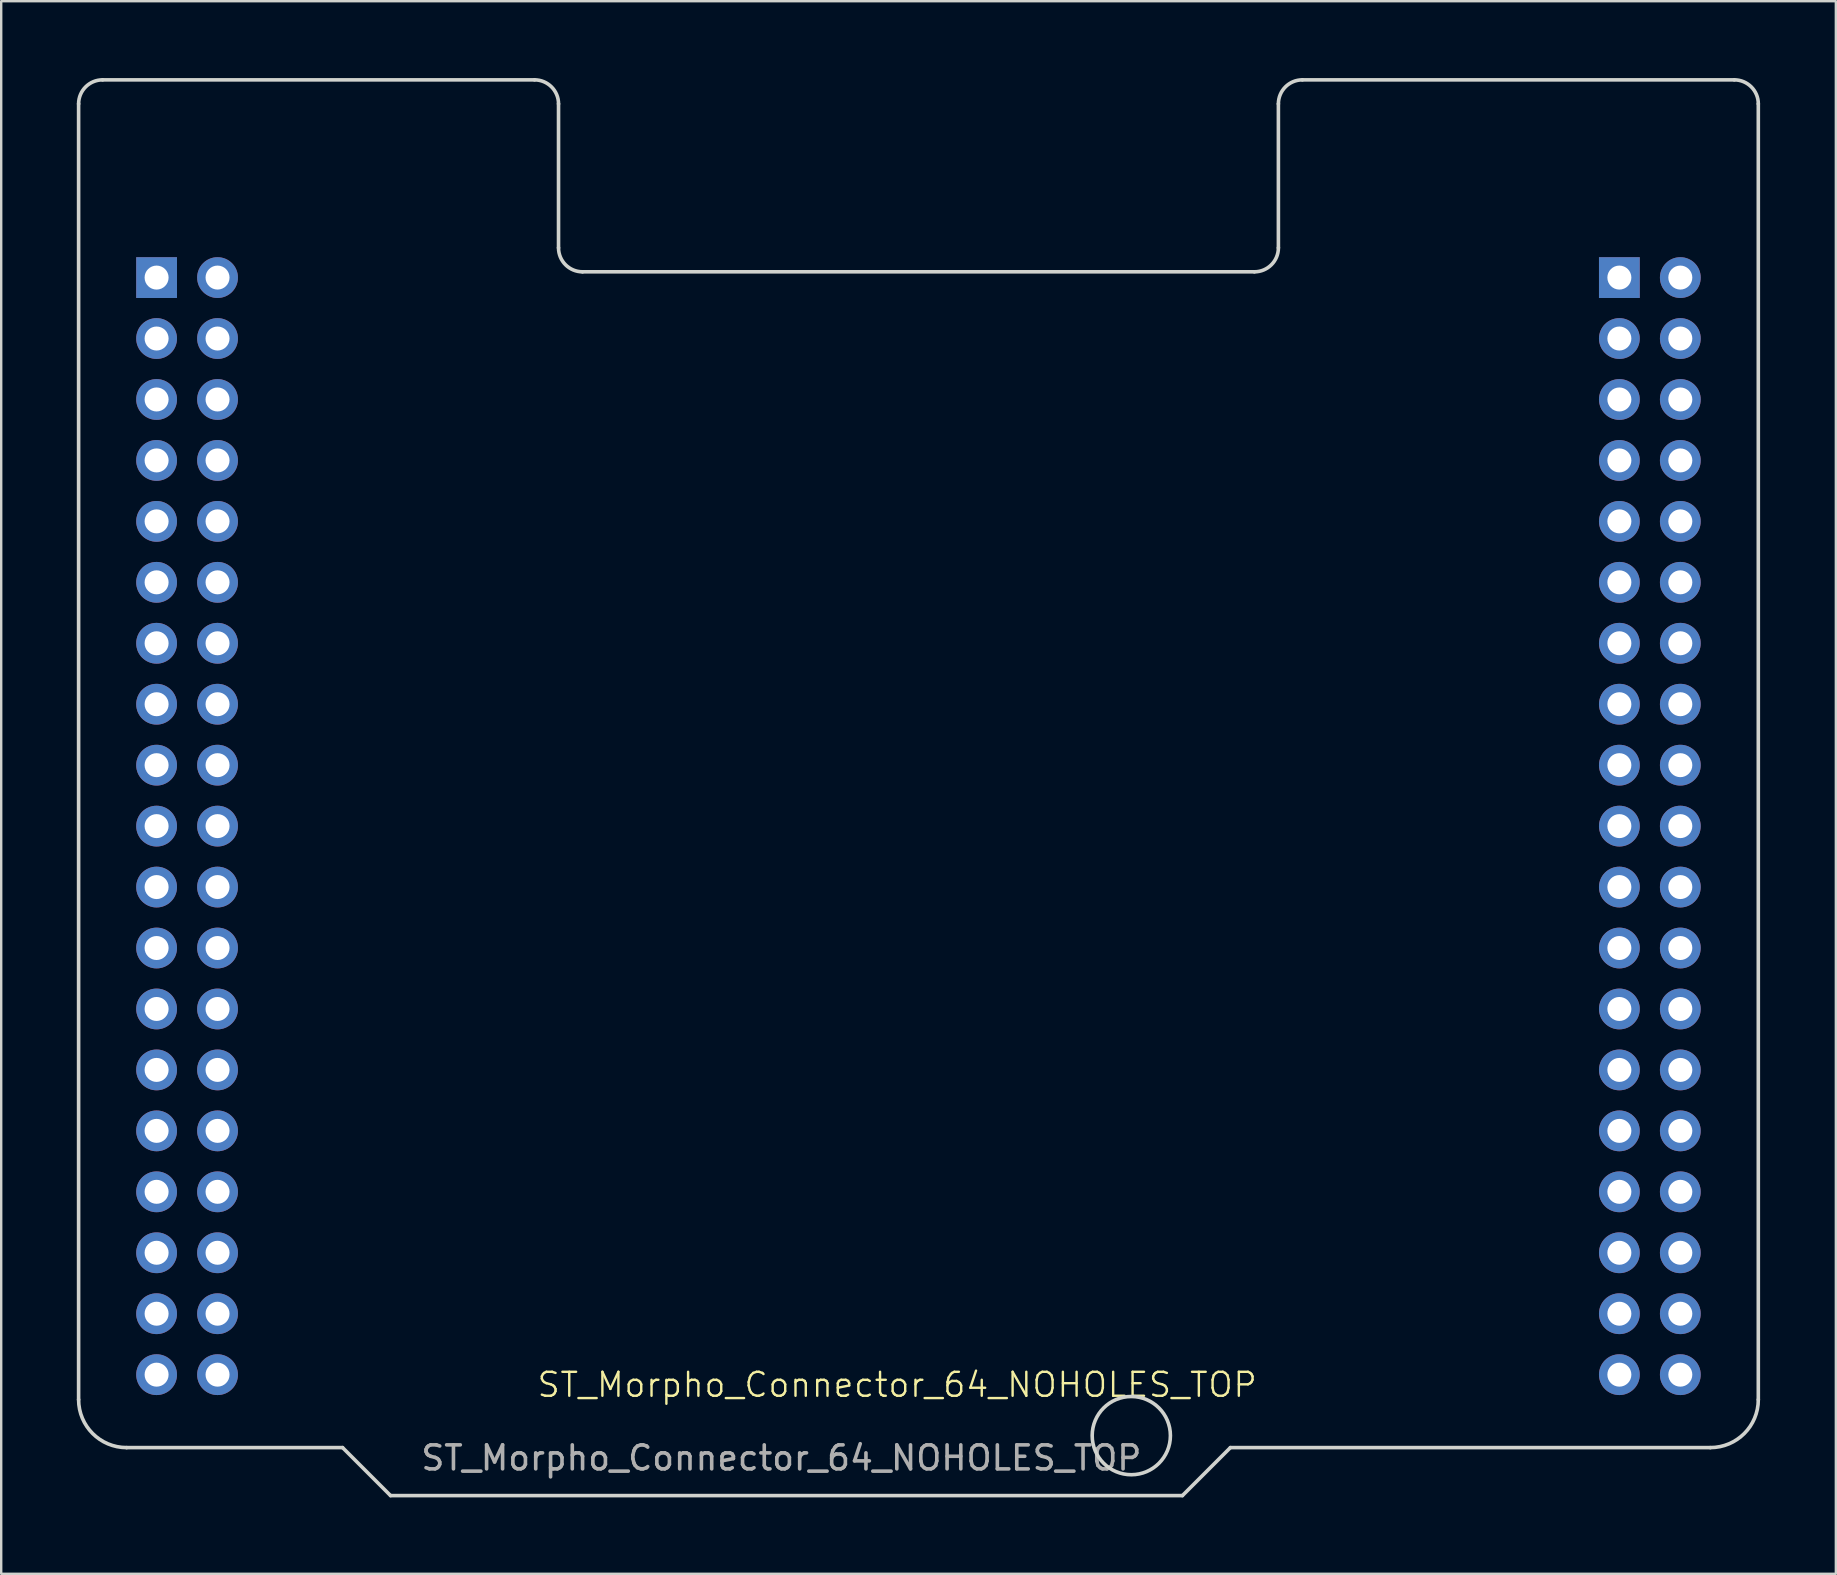
<source format=kicad_pcb>
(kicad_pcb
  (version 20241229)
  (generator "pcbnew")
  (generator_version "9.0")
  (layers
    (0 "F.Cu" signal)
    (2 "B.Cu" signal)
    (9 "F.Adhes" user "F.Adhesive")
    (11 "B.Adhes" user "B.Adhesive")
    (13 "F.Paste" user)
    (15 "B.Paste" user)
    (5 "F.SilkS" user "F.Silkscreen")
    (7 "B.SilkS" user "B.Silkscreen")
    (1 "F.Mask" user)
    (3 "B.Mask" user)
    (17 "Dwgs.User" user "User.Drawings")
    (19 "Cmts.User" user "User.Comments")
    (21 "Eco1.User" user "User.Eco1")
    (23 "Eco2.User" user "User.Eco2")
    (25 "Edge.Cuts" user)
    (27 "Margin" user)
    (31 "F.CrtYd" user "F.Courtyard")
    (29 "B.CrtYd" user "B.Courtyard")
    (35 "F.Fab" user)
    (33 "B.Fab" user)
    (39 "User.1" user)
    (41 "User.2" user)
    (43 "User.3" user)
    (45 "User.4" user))
  (footprint "ST_Morpho_Connector_64_NOHOLES_TOP"
    (layer "F.Cu")
    (at 33.832 33.832)
    (property "Reference" "ST_Morpho_Connector_64_NOHOLES_TOP" (at 0.508 20.828 0) (unlocked yes) (layer "F.SilkS") (effects (font (size 1 1) (thickness 0.1))))
    (attr through_hole)
    (fp_line (start -33.606 -32.554) (end -33.606 21.446) (stroke (width 0.15) (type solid)) (layer "Edge.Cuts"))
    (fp_line (start -22.606 23.446) (end -31.606 23.446) (stroke (width 0.15) (type solid)) (layer "Edge.Cuts"))
    (fp_line (start -20.606 25.446) (end -22.606 23.446) (stroke (width 0.15) (type solid)) (layer "Edge.Cuts"))
    (fp_line (start -14.606 -33.554) (end -32.606 -33.554) (stroke (width 0.15) (type solid)) (layer "Edge.Cuts"))
    (fp_line (start -13.606 -26.554) (end -13.606 -32.554) (stroke (width 0.15) (type solid)) (layer "Edge.Cuts"))
    (fp_line (start -12.606 -25.554) (end 15.394 -25.554) (stroke (width 0.15) (type solid)) (layer "Edge.Cuts"))
    (fp_line (start 12.394 25.446) (end -20.606 25.446) (stroke (width 0.15) (type solid)) (layer "Edge.Cuts"))
    (fp_line (start 14.394 23.446) (end 12.394 25.446) (stroke (width 0.15) (type solid)) (layer "Edge.Cuts"))
    (fp_line (start 16.394 -26.554) (end 16.394 -32.554) (stroke (width 0.15) (type solid)) (layer "Edge.Cuts"))
    (fp_line (start 17.394 -33.554) (end 35.394 -33.554) (stroke (width 0.15) (type solid)) (layer "Edge.Cuts"))
    (fp_line (start 34.394 23.446) (end 14.394 23.446) (stroke (width 0.15) (type solid)) (layer "Edge.Cuts"))
    (fp_line (start 36.394 -32.554) (end 36.394 21.446) (stroke (width 0.15) (type solid)) (layer "Edge.Cuts"))
    (fp_arc (start -33.605786 -32.554214) (mid -33.312887 -33.261307) (end -32.605786 -33.554214) (stroke (width 0.15) (type solid)) (layer "Edge.Cuts"))
    (fp_arc (start -31.605786 23.445786) (mid -33.020004 22.860004) (end -33.605786 21.445786) (stroke (width 0.15) (type solid)) (layer "Edge.Cuts"))
    (fp_arc (start -14.605786 -33.554214) (mid -13.898683 -33.261317) (end -13.605786 -32.554214) (stroke (width 0.15) (type solid)) (layer "Edge.Cuts"))
    (fp_arc (start -12.605786 -25.554214) (mid -13.312897 -25.847103) (end -13.605786 -26.554214) (stroke (width 0.15) (type solid)) (layer "Edge.Cuts"))
    (fp_arc (start 16.394214 -32.554214) (mid 16.687107 -33.261321) (end 17.394214 -33.554214) (stroke (width 0.15) (type solid)) (layer "Edge.Cuts"))
    (fp_arc (start 16.394214 -26.554214) (mid 16.101321 -25.847107) (end 15.394214 -25.554214) (stroke (width 0.15) (type solid)) (layer "Edge.Cuts"))
    (fp_arc (start 35.394214 -33.554214) (mid 36.101321 -33.261321) (end 36.394214 -32.554214) (stroke (width 0.15) (type solid)) (layer "Edge.Cuts"))
    (fp_arc (start 36.394214 21.445786) (mid 35.808428 22.86) (end 34.394214 23.445786) (stroke (width 0.15) (type solid)) (layer "Edge.Cuts"))
    (fp_circle (center 10.264 22.946) (end 11.894 22.946) (stroke (width 0.15) (type solid)) (fill no) (layer "Edge.Cuts"))
    (fp_rect (start -33.782 -33.782) (end 36.576 25.654) (stroke (width 0.1) (type default)) (fill no) (layer "Margin"))
    (fp_text user "${REFERENCE}" (at -4.318 23.876 0) (unlocked yes) (layer "F.Fab") (effects (font (size 1 1) (thickness 0.15))))
    (pad "1" thru_hole rect (at -30.356 -25.314) (size 1.7 1.7) (drill 1) (layers "*.Cu" "*.Mask"))
    (pad "2" thru_hole oval (at -27.816 -25.314) (size 1.7 1.7) (drill 1) (layers "*.Cu" "*.Mask"))
    (pad "3" thru_hole oval (at -30.356 -22.774) (size 1.7 1.7) (drill 1) (layers "*.Cu" "*.Mask"))
    (pad "4" thru_hole oval (at -27.816 -22.774) (size 1.7 1.7) (drill 1) (layers "*.Cu" "*.Mask"))
    (pad "5" thru_hole oval (at -30.356 -20.234) (size 1.7 1.7) (drill 1) (layers "*.Cu" "*.Mask"))
    (pad "6" thru_hole oval (at -27.816 -20.234) (size 1.7 1.7) (drill 1) (layers "*.Cu" "*.Mask"))
    (pad "7" thru_hole oval (at -30.356 -17.694) (size 1.7 1.7) (drill 1) (layers "*.Cu" "*.Mask"))
    (pad "8" thru_hole oval (at -27.816 -17.694) (size 1.7 1.7) (drill 1) (layers "*.Cu" "*.Mask"))
    (pad "9" thru_hole oval (at -30.356 -15.154) (size 1.7 1.7) (drill 1) (layers "*.Cu" "*.Mask"))
    (pad "10" thru_hole oval (at -27.816 -15.154) (size 1.7 1.7) (drill 1) (layers "*.Cu" "*.Mask"))
    (pad "11" thru_hole oval (at -30.356 -12.614) (size 1.7 1.7) (drill 1) (layers "*.Cu" "*.Mask"))
    (pad "12" thru_hole oval (at -27.816 -12.614) (size 1.7 1.7) (drill 1) (layers "*.Cu" "*.Mask"))
    (pad "13" thru_hole oval (at -30.356 -10.074) (size 1.7 1.7) (drill 1) (layers "*.Cu" "*.Mask"))
    (pad "14" thru_hole oval (at -27.816 -10.074) (size 1.7 1.7) (drill 1) (layers "*.Cu" "*.Mask"))
    (pad "15" thru_hole oval (at -30.356 -7.534) (size 1.7 1.7) (drill 1) (layers "*.Cu" "*.Mask"))
    (pad "16" thru_hole oval (at -27.816 -7.534) (size 1.7 1.7) (drill 1) (layers "*.Cu" "*.Mask"))
    (pad "17" thru_hole oval (at -30.356 -4.994) (size 1.7 1.7) (drill 1) (layers "*.Cu" "*.Mask"))
    (pad "18" thru_hole oval (at -27.816 -4.994) (size 1.7 1.7) (drill 1) (layers "*.Cu" "*.Mask"))
    (pad "19" thru_hole oval (at -30.356 -2.454) (size 1.7 1.7) (drill 1) (layers "*.Cu" "*.Mask"))
    (pad "20" thru_hole oval (at -27.816 -2.454) (size 1.7 1.7) (drill 1) (layers "*.Cu" "*.Mask"))
    (pad "21" thru_hole oval (at -30.356 0.086) (size 1.7 1.7) (drill 1) (layers "*.Cu" "*.Mask"))
    (pad "22" thru_hole oval (at -27.816 0.086) (size 1.7 1.7) (drill 1) (layers "*.Cu" "*.Mask"))
    (pad "23" thru_hole oval (at -30.356 2.626) (size 1.7 1.7) (drill 1) (layers "*.Cu" "*.Mask"))
    (pad "24" thru_hole oval (at -27.816 2.626) (size 1.7 1.7) (drill 1) (layers "*.Cu" "*.Mask"))
    (pad "25" thru_hole oval (at -30.356 5.166) (size 1.7 1.7) (drill 1) (layers "*.Cu" "*.Mask"))
    (pad "26" thru_hole oval (at -27.816 5.166) (size 1.7 1.7) (drill 1) (layers "*.Cu" "*.Mask"))
    (pad "27" thru_hole oval (at -30.356 7.706) (size 1.7 1.7) (drill 1) (layers "*.Cu" "*.Mask"))
    (pad "28" thru_hole oval (at -27.816 7.706) (size 1.7 1.7) (drill 1) (layers "*.Cu" "*.Mask"))
    (pad "29" thru_hole oval (at -30.356 10.246) (size 1.7 1.7) (drill 1) (layers "*.Cu" "*.Mask"))
    (pad "30" thru_hole oval (at -27.816 10.246) (size 1.7 1.7) (drill 1) (layers "*.Cu" "*.Mask"))
    (pad "31" thru_hole oval (at -30.356 12.786) (size 1.7 1.7) (drill 1) (layers "*.Cu" "*.Mask"))
    (pad "32" thru_hole oval (at -27.816 12.786) (size 1.7 1.7) (drill 1) (layers "*.Cu" "*.Mask"))
    (pad "33" thru_hole oval (at -30.356 15.326) (size 1.7 1.7) (drill 1) (layers "*.Cu" "*.Mask"))
    (pad "34" thru_hole oval (at -27.816 15.326) (size 1.7 1.7) (drill 1) (layers "*.Cu" "*.Mask"))
    (pad "35" thru_hole oval (at -30.356 17.866) (size 1.7 1.7) (drill 1) (layers "*.Cu" "*.Mask"))
    (pad "36" thru_hole oval (at -27.816 17.866) (size 1.7 1.7) (drill 1) (layers "*.Cu" "*.Mask"))
    (pad "37" thru_hole oval (at -30.356 20.406) (size 1.7 1.7) (drill 1) (layers "*.Cu" "*.Mask"))
    (pad "38" thru_hole oval (at -27.816 20.406) (size 1.7 1.7) (drill 1) (layers "*.Cu" "*.Mask"))
    (pad "39" thru_hole rect (at 30.604 -25.314) (size 1.7 1.7) (drill 1) (layers "*.Cu" "*.Mask"))
    (pad "40" thru_hole oval (at 33.144 -25.314) (size 1.7 1.7) (drill 1) (layers "*.Cu" "*.Mask"))
    (pad "41" thru_hole oval (at 30.604 -22.774) (size 1.7 1.7) (drill 1) (layers "*.Cu" "*.Mask"))
    (pad "42" thru_hole oval (at 33.144 -22.774) (size 1.7 1.7) (drill 1) (layers "*.Cu" "*.Mask"))
    (pad "43" thru_hole oval (at 30.604 -20.234) (size 1.7 1.7) (drill 1) (layers "*.Cu" "*.Mask"))
    (pad "44" thru_hole oval (at 33.144 -20.234) (size 1.7 1.7) (drill 1) (layers "*.Cu" "*.Mask"))
    (pad "45" thru_hole oval (at 30.604 -17.694) (size 1.7 1.7) (drill 1) (layers "*.Cu" "*.Mask"))
    (pad "46" thru_hole oval (at 33.144 -17.694) (size 1.7 1.7) (drill 1) (layers "*.Cu" "*.Mask"))
    (pad "47" thru_hole oval (at 30.604 -15.154) (size 1.7 1.7) (drill 1) (layers "*.Cu" "*.Mask"))
    (pad "48" thru_hole oval (at 33.144 -15.154) (size 1.7 1.7) (drill 1) (layers "*.Cu" "*.Mask"))
    (pad "49" thru_hole oval (at 30.604 -12.614) (size 1.7 1.7) (drill 1) (layers "*.Cu" "*.Mask"))
    (pad "50" thru_hole oval (at 33.144 -12.614) (size 1.7 1.7) (drill 1) (layers "*.Cu" "*.Mask"))
    (pad "51" thru_hole oval (at 30.604 -10.074) (size 1.7 1.7) (drill 1) (layers "*.Cu" "*.Mask"))
    (pad "52" thru_hole oval (at 33.144 -10.074) (size 1.7 1.7) (drill 1) (layers "*.Cu" "*.Mask"))
    (pad "53" thru_hole oval (at 30.604 -7.534) (size 1.7 1.7) (drill 1) (layers "*.Cu" "*.Mask"))
    (pad "54" thru_hole oval (at 33.144 -7.534) (size 1.7 1.7) (drill 1) (layers "*.Cu" "*.Mask"))
    (pad "55" thru_hole oval (at 30.604 -4.994) (size 1.7 1.7) (drill 1) (layers "*.Cu" "*.Mask"))
    (pad "56" thru_hole oval (at 33.144 -4.994) (size 1.7 1.7) (drill 1) (layers "*.Cu" "*.Mask"))
    (pad "57" thru_hole oval (at 30.604 -2.454) (size 1.7 1.7) (drill 1) (layers "*.Cu" "*.Mask"))
    (pad "58" thru_hole oval (at 33.144 -2.454) (size 1.7 1.7) (drill 1) (layers "*.Cu" "*.Mask"))
    (pad "59" thru_hole oval (at 30.604 0.086) (size 1.7 1.7) (drill 1) (layers "*.Cu" "*.Mask"))
    (pad "60" thru_hole oval (at 33.144 0.086) (size 1.7 1.7) (drill 1) (layers "*.Cu" "*.Mask"))
    (pad "61" thru_hole oval (at 30.604 2.626) (size 1.7 1.7) (drill 1) (layers "*.Cu" "*.Mask"))
    (pad "62" thru_hole oval (at 33.144 2.626) (size 1.7 1.7) (drill 1) (layers "*.Cu" "*.Mask"))
    (pad "63" thru_hole oval (at 30.604 5.166) (size 1.7 1.7) (drill 1) (layers "*.Cu" "*.Mask"))
    (pad "64" thru_hole oval (at 33.144 5.166) (size 1.7 1.7) (drill 1) (layers "*.Cu" "*.Mask"))
    (pad "65" thru_hole oval (at 30.604 7.706) (size 1.7 1.7) (drill 1) (layers "*.Cu" "*.Mask"))
    (pad "66" thru_hole oval (at 33.144 7.706) (size 1.7 1.7) (drill 1) (layers "*.Cu" "*.Mask"))
    (pad "67" thru_hole oval (at 30.604 10.246) (size 1.7 1.7) (drill 1) (layers "*.Cu" "*.Mask"))
    (pad "68" thru_hole oval (at 33.144 10.246) (size 1.7 1.7) (drill 1) (layers "*.Cu" "*.Mask"))
    (pad "69" thru_hole oval (at 30.604 12.786) (size 1.7 1.7) (drill 1) (layers "*.Cu" "*.Mask"))
    (pad "70" thru_hole oval (at 33.144 12.786) (size 1.7 1.7) (drill 1) (layers "*.Cu" "*.Mask"))
    (pad "71" thru_hole oval (at 30.604 15.326) (size 1.7 1.7) (drill 1) (layers "*.Cu" "*.Mask"))
    (pad "72" thru_hole oval (at 33.144 15.326) (size 1.7 1.7) (drill 1) (layers "*.Cu" "*.Mask"))
    (pad "73" thru_hole oval (at 30.604 17.866) (size 1.7 1.7) (drill 1) (layers "*.Cu" "*.Mask"))
    (pad "74" thru_hole oval (at 33.144 17.866) (size 1.7 1.7) (drill 1) (layers "*.Cu" "*.Mask"))
    (pad "75" thru_hole oval (at 30.604 20.406) (size 1.7 1.7) (drill 1) (layers "*.Cu" "*.Mask"))
    (pad "76" thru_hole oval (at 33.144 20.406) (size 1.7 1.7) (drill 1) (layers "*.Cu" "*.Mask")))
  (gr_rect
    (start -3 -3)
    (end 73.458 62.536)
    (stroke (width 0.1) (type default))
    (fill no)
    (layer "Edge.Cuts")))
</source>
